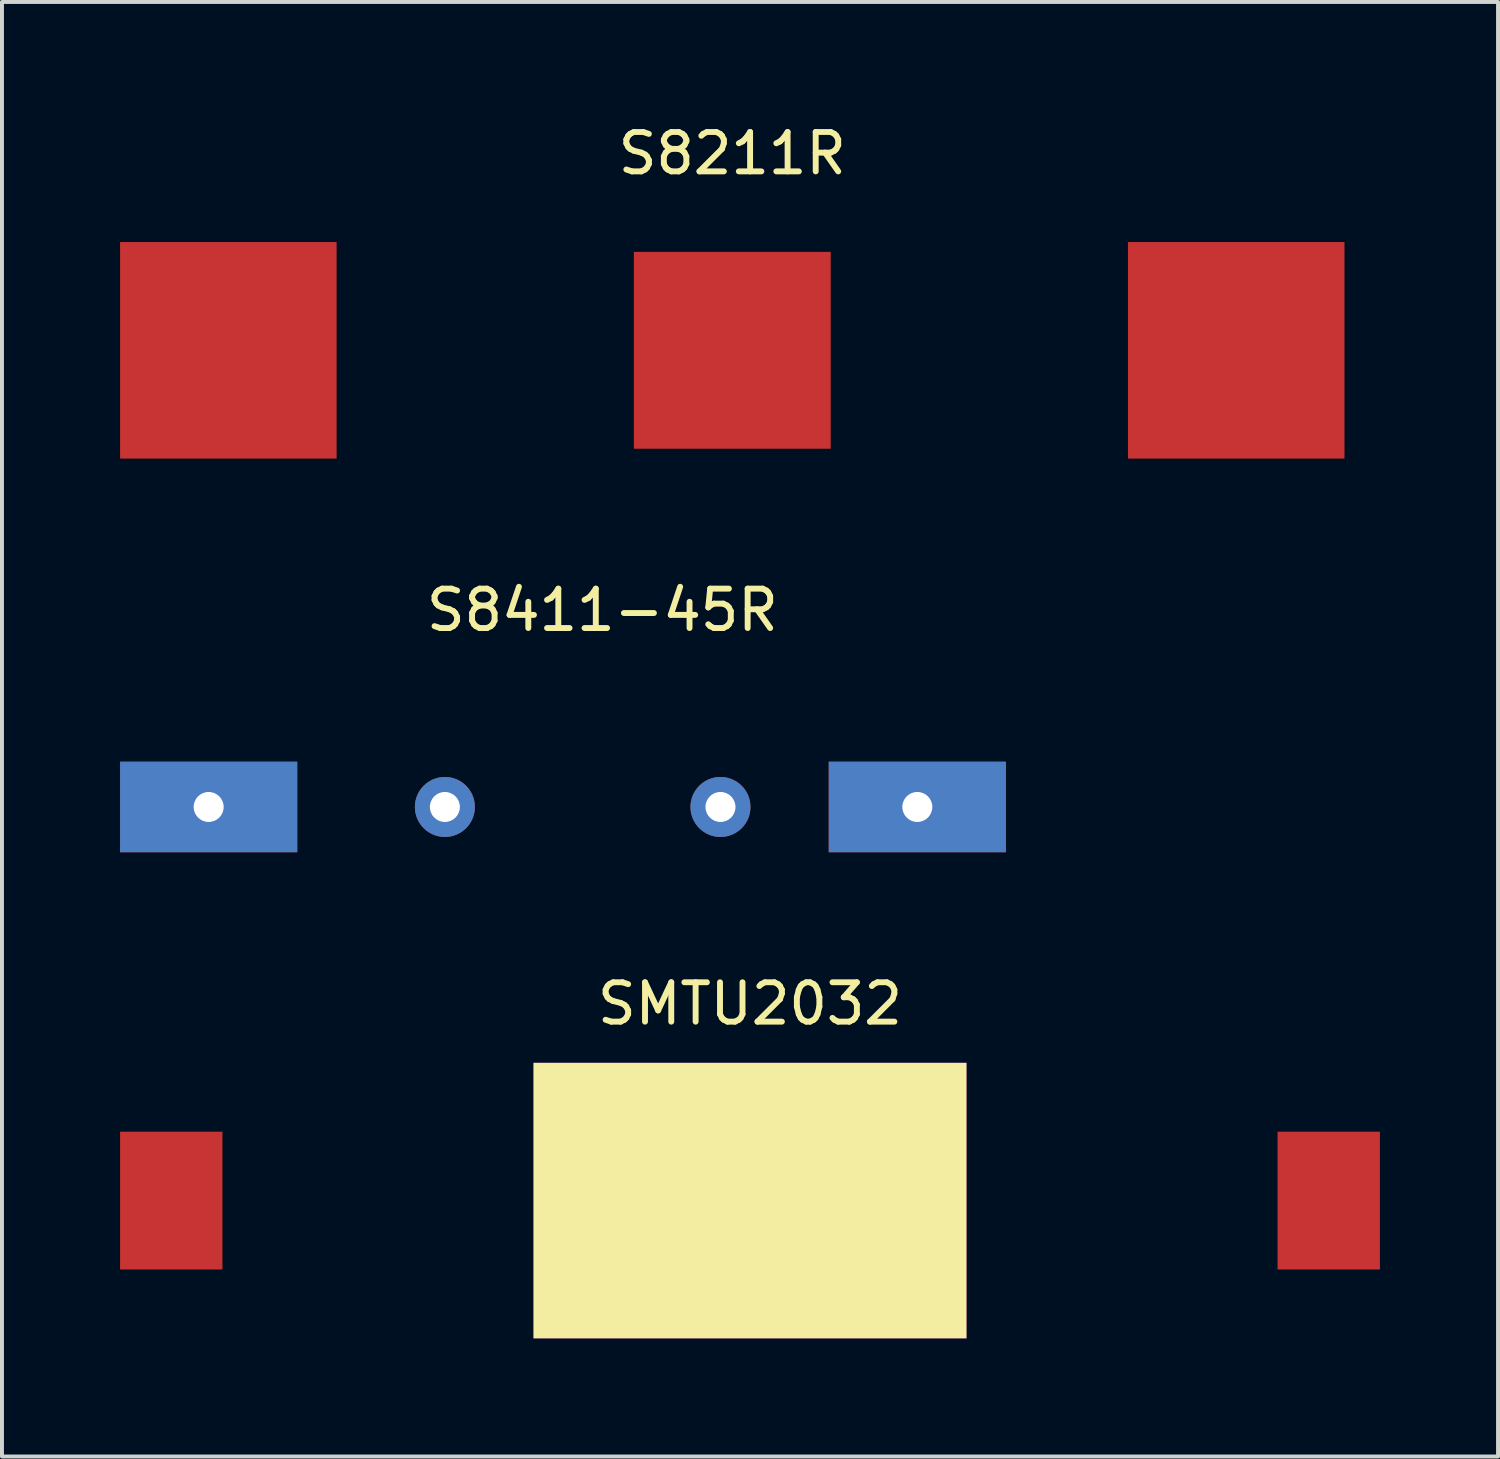
<source format=kicad_pcb>
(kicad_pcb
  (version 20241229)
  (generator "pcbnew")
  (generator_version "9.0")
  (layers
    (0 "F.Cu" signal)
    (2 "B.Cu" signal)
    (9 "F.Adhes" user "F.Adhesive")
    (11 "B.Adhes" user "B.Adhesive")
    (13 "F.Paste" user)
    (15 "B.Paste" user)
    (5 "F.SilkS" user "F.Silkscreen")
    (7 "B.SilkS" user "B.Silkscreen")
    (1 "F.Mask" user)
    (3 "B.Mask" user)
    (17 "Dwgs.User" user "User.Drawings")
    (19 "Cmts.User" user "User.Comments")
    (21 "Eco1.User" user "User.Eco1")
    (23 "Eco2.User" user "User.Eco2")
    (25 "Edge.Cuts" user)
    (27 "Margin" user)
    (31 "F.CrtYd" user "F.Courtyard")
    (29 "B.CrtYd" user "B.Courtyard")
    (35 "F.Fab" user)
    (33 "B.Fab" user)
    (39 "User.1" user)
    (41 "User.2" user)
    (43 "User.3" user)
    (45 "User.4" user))
  (footprint "SMTU2032"
    (layer "F.Cu")
    (at 16 27.445)
    (property "Reference" "SMTU2032" (at 0 -5 0) (layer "F.SilkS") (effects (font (size 1 1) (thickness 0.15))))
    (attr through_hole)
    (pad "" smd rect (at 0 0) (size 11 7) (layers "F.SilkS" "F.Adhes"))
    (pad "1" smd rect (at 14.7 0) (size 2.6 3.5) (layers "F.Cu" "F.Mask"))
    (pad "2" smd rect (at -14.7 0) (size 2.6 3.5) (layers "F.Cu" "F.Mask")))
  (footprint "S8211R"
    (layer "F.Cu")
    (at 15.55 5.848)
    (property "Reference" "S8211R" (at 0 -5 0) (layer "F.SilkS") (effects (font (size 1 1) (thickness 0.15))))
    (attr through_hole)
    (pad "1" smd rect (at -12.8 0) (size 5.5 5.5) (layers "F.Cu" "F.Mask"))
    (pad "1" smd rect (at 12.8 0) (size 5.5 5.5) (layers "F.Cu" "F.Mask"))
    (pad "2" smd rect (at 0 0) (size 5 5) (layers "F.Cu" "F.Mask")))
  (footprint "S8411-45R"
    (layer "F.Cu")
    (at 12.25 17.447)
    (property "Reference" "S8411-45R" (at 0 -5 0) (layer "F.SilkS") (effects (font (size 1 1) (thickness 0.15))))
    (attr through_hole)
    (pad "1" thru_hole rect (at -10 0) (size 4.5 2.3) (drill 0.762) (layers "*.Cu" "*.Mask"))
    (pad "1" thru_hole rect (at 8 0) (size 4.5 2.3) (drill 0.762) (layers "*.Cu" "*.Mask"))
    (pad "3" thru_hole circle (at 3 0) (size 1.524 1.524) (drill 0.762) (layers "*.Cu" "*.Mask"))
    (pad "4" thru_hole circle (at -4 0) (size 1.524 1.524) (drill 0.762) (layers "*.Cu" "*.Mask")))
  (gr_rect
    (start -3 -3)
    (end 35 33.945)
    (stroke (width 0.1) (type default))
    (fill no)
    (layer "Edge.Cuts")))
</source>
